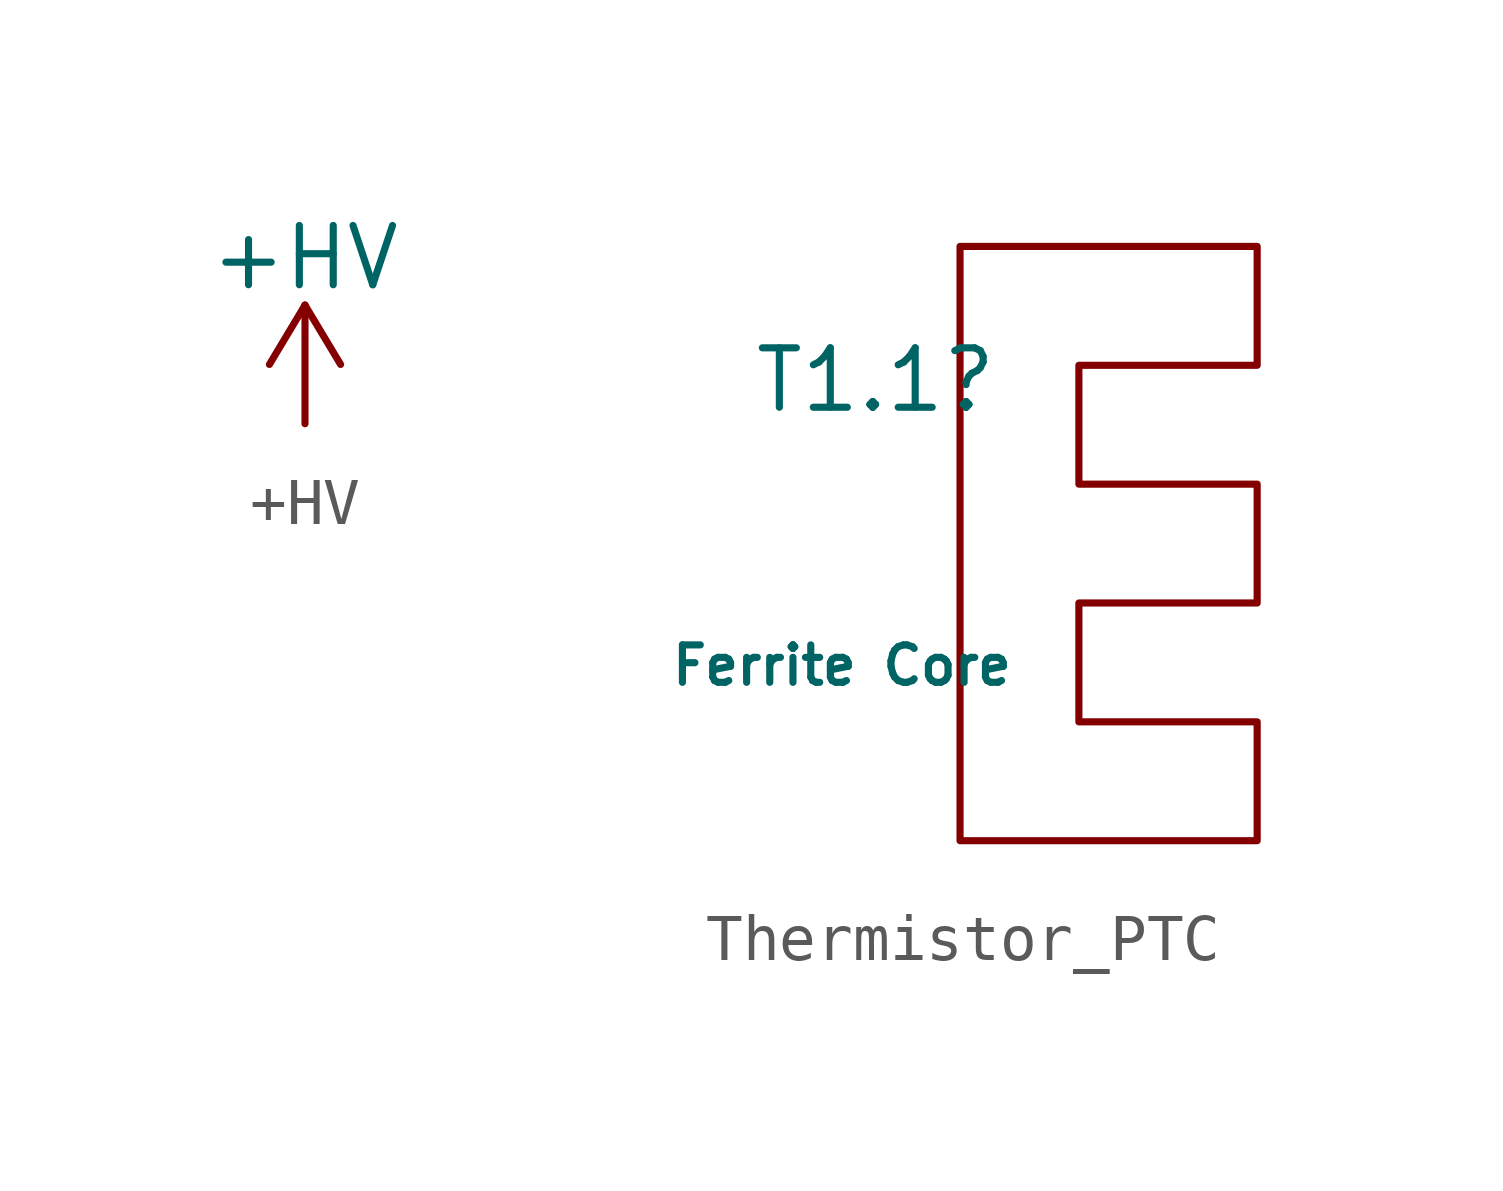
<source format=kicad_sym>
(kicad_symbol_lib
  (version 20231120)
  (generator "kicad_symbol_editor")
  (generator_version "8.0")
  (symbol "+HV"
    (power)
    (pin_names
      (offset 0))
    (property "Reference" "#PWR"
      (at 0 -3.81 0)
      (effects (font (size 1.27 1.27)) (hide yes)))
    (property "Value" "+HV"
      (at 0 3.556 0)
      (effects (font (size 1.27 1.27))))
    (symbol "+HV_0_1"
      (polyline (pts (xy -0.762 1.27) (xy 0 2.54)) (stroke (width 0) (type default)) (fill (type none)))
      (polyline (pts (xy 0 0) (xy 0 2.54)) (stroke (width 0) (type default)) (fill (type none)))
      (polyline (pts (xy 0 2.54) (xy 0.762 1.27)) (stroke (width 0) (type default)) (fill (type none))))
    (symbol "+HV_1_1"
      (pin power_in line (at 0 0 90) (length 0) hide (name "+HV" (effects (font (size 1.27 1.27)))) (number "1" (effects (font (size 1.27 1.27)))))))
  (symbol "Thermistor_PTC"
    (pin_numbers hide)
    (pin_names
      (offset 0))
    (property "Reference" "T1.1"
      (at -6.985 0.953 0)
      (effects (font (size 1.27 1.27)) (justify left)))
    (property "Value" "Ferrite Core"
      (at -8.763 -5.143 0)
      (effects (font (size 0.8 0.8)) (justify left)))
    (symbol "Thermistor_PTC_0_1"
      (polyline (pts (xy -2.54 3.81) (xy -2.54 -8.89) (xy 3.81 -8.89) (xy 3.81 -6.35) (xy 0 -6.35) (xy 0 -3.81) (xy 3.81 -3.81) (xy 3.81 -1.27) (xy 0 -1.27) (xy 0 1.27) (xy 3.81 1.27) (xy 3.81 3.81) (xy -2.54 3.81)) (stroke (width 0) (type default)) (fill (type none))))))
</source>
